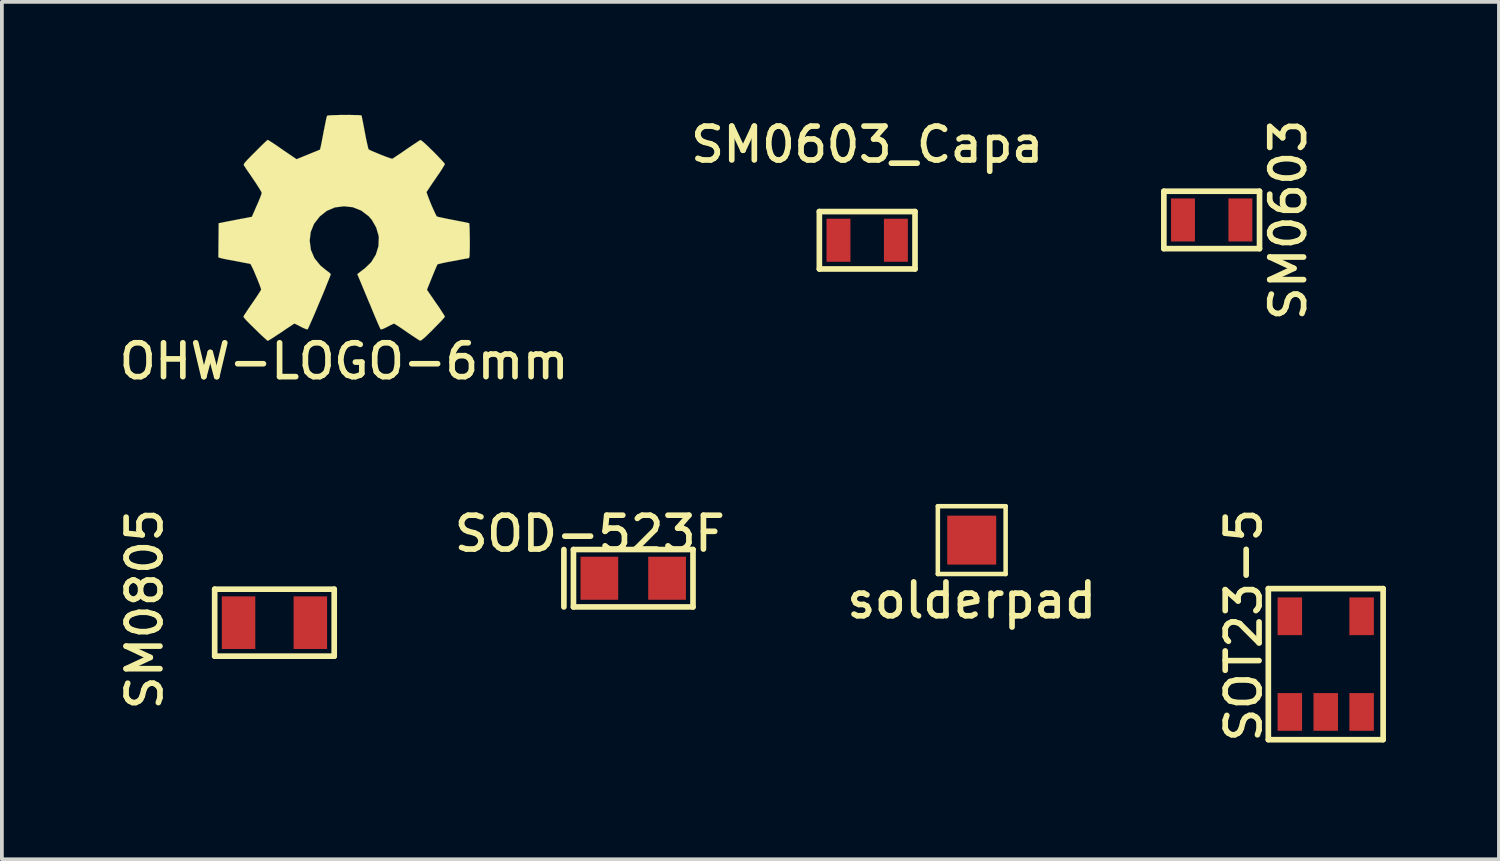
<source format=kicad_pcb>
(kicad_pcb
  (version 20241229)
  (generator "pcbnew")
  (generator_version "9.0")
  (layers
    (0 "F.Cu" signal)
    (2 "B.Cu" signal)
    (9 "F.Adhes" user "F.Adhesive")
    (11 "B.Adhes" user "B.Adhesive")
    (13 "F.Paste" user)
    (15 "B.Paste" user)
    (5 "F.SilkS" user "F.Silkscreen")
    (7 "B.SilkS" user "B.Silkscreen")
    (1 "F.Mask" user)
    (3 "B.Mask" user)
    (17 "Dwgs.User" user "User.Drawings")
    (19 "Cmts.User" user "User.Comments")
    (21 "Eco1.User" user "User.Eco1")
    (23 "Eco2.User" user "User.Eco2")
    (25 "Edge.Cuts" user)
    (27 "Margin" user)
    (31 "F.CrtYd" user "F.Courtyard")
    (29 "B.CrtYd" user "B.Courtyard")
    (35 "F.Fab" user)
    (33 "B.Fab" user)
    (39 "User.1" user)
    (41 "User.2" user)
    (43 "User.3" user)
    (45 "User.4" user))
  (footprint "SOT23-5"
    (layer "F.Cu")
    (at 32.15 14.583)
    (property "Reference" "SOT23-5" (at -2.178 -1.035 270) (layer "F.SilkS") (effects (font (size 0.899 0.899) (thickness 0.15))))
    (attr smd)
    (fp_line (start -1.524 -2.004) (end 1.524 -2.004) (stroke (width 0.15) (type solid)) (layer "F.SilkS"))
    (fp_line (start -1.524 2.004) (end -1.524 -2.004) (stroke (width 0.15) (type solid)) (layer "F.SilkS"))
    (fp_line (start 1.524 2.004) (end 1.524 -2.004) (stroke (width 0.15) (type solid)) (layer "F.SilkS"))
    (fp_line (start 1.524 2.007) (end -1.524 2.007) (stroke (width 0.15) (type solid)) (layer "F.SilkS"))
    (pad "1" smd rect (at -0.953 1.27) (size 0.65 1.001) (layers "F.Cu" "F.Mask" "F.Paste"))
    (pad "2" smd rect (at 0 1.27) (size 0.65 1.001) (layers "F.Cu" "F.Mask" "F.Paste"))
    (pad "3" smd rect (at 0.953 1.27) (size 0.65 1.001) (layers "F.Cu" "F.Mask" "F.Paste"))
    (pad "4" smd rect (at 0.953 -1.27) (size 0.65 1.001) (layers "F.Cu" "F.Mask" "F.Paste"))
    (pad "5" smd rect (at -0.953 -1.27) (size 0.65 1.001) (layers "F.Cu" "F.Mask" "F.Paste")))
  (footprint "OHW-LOGO-6mm"
    (layer "F.Cu")
    (at 6.086 3.001)
    (property "Reference" "OHW-LOGO-6mm" (at 0 3.541 0) (layer "F.SilkS") (effects (font (size 0.899 0.899) (thickness 0.15))))
    (attr through_hole)
    (fp_poly (pts (xy -2.024 3) (xy -1.989 2.979) (xy -1.91 2.931) (xy -1.798 2.857) (xy -1.666 2.771) (xy -1.534 2.68) (xy -1.425 2.609) (xy -1.349 2.558) (xy -1.318 2.54) (xy -1.3 2.548) (xy -1.237 2.578) (xy -1.148 2.624) (xy -1.095 2.652) (xy -1.011 2.687) (xy -0.968 2.695) (xy -0.963 2.685) (xy -0.932 2.621) (xy -0.884 2.512) (xy -0.82 2.367) (xy -0.747 2.197) (xy -0.671 2.014) (xy -0.592 1.829) (xy -0.518 1.651) (xy -0.455 1.491) (xy -0.401 1.359) (xy -0.366 1.27) (xy -0.353 1.232) (xy -0.358 1.222) (xy -0.399 1.181) (xy -0.472 1.128) (xy -0.63 0.998) (xy -0.787 0.805) (xy -0.881 0.584) (xy -0.914 0.338) (xy -0.886 0.109) (xy -0.798 -0.109) (xy -0.645 -0.305) (xy -0.46 -0.452) (xy -0.244 -0.544) (xy 0 -0.574) (xy 0.231 -0.549) (xy 0.455 -0.46) (xy 0.653 -0.31) (xy 0.737 -0.213) (xy 0.851 -0.015) (xy 0.914 0.198) (xy 0.922 0.254) (xy 0.912 0.488) (xy 0.843 0.711) (xy 0.719 0.912) (xy 0.549 1.077) (xy 0.526 1.092) (xy 0.447 1.153) (xy 0.394 1.194) (xy 0.351 1.227) (xy 0.65 1.946) (xy 0.699 2.06) (xy 0.78 2.258) (xy 0.851 2.426) (xy 0.909 2.56) (xy 0.95 2.652) (xy 0.968 2.687) (xy 0.968 2.69) (xy 0.996 2.695) (xy 1.049 2.675) (xy 1.151 2.626) (xy 1.217 2.591) (xy 1.293 2.555) (xy 1.328 2.54) (xy 1.356 2.558) (xy 1.43 2.603) (xy 1.537 2.675) (xy 1.666 2.764) (xy 1.788 2.847) (xy 1.9 2.921) (xy 1.981 2.974) (xy 2.022 2.995) (xy 2.027 2.995) (xy 2.062 2.974) (xy 2.129 2.921) (xy 2.225 2.83) (xy 2.365 2.692) (xy 2.385 2.67) (xy 2.499 2.555) (xy 2.591 2.459) (xy 2.654 2.388) (xy 2.677 2.357) (xy 2.657 2.319) (xy 2.603 2.235) (xy 2.53 2.121) (xy 2.438 1.989) (xy 2.2 1.643) (xy 2.332 1.316) (xy 2.372 1.217) (xy 2.423 1.095) (xy 2.461 1.008) (xy 2.479 0.97) (xy 2.515 0.958) (xy 2.603 0.937) (xy 2.733 0.909) (xy 2.888 0.881) (xy 3.035 0.853) (xy 3.167 0.828) (xy 3.264 0.81) (xy 3.307 0.803) (xy 3.317 0.795) (xy 3.327 0.775) (xy 3.332 0.729) (xy 3.335 0.648) (xy 3.338 0.521) (xy 3.338 0.338) (xy 3.338 0.318) (xy 3.335 0.142) (xy 3.332 0.003) (xy 3.327 -0.089) (xy 3.322 -0.124) (xy 3.279 -0.135) (xy 3.185 -0.155) (xy 3.053 -0.18) (xy 2.896 -0.211) (xy 2.885 -0.213) (xy 2.728 -0.244) (xy 2.593 -0.272) (xy 2.502 -0.292) (xy 2.464 -0.305) (xy 2.454 -0.315) (xy 2.423 -0.378) (xy 2.377 -0.475) (xy 2.324 -0.594) (xy 2.273 -0.719) (xy 2.23 -0.831) (xy 2.2 -0.914) (xy 2.189 -0.953) (xy 2.215 -0.991) (xy 2.268 -1.072) (xy 2.344 -1.186) (xy 2.438 -1.321) (xy 2.443 -1.331) (xy 2.535 -1.463) (xy 2.609 -1.577) (xy 2.657 -1.659) (xy 2.677 -1.694) (xy 2.675 -1.697) (xy 2.647 -1.735) (xy 2.578 -1.811) (xy 2.482 -1.913) (xy 2.365 -2.032) (xy 2.327 -2.068) (xy 2.197 -2.195) (xy 2.106 -2.278) (xy 2.05 -2.322) (xy 2.024 -2.332) (xy 2.022 -2.332) (xy 1.981 -2.306) (xy 1.897 -2.25) (xy 1.783 -2.174) (xy 1.648 -2.083) (xy 1.638 -2.075) (xy 1.506 -1.984) (xy 1.394 -1.91) (xy 1.316 -1.857) (xy 1.28 -1.836) (xy 1.275 -1.836) (xy 1.219 -1.852) (xy 1.125 -1.885) (xy 1.008 -1.93) (xy 0.884 -1.981) (xy 0.772 -2.027) (xy 0.688 -2.065) (xy 0.65 -2.088) (xy 0.648 -2.09) (xy 0.635 -2.139) (xy 0.612 -2.238) (xy 0.582 -2.375) (xy 0.551 -2.54) (xy 0.546 -2.565) (xy 0.516 -2.725) (xy 0.49 -2.855) (xy 0.472 -2.946) (xy 0.462 -2.985) (xy 0.439 -2.99) (xy 0.363 -2.995) (xy 0.244 -2.997) (xy 0.102 -3) (xy -0.051 -3) (xy -0.198 -2.995) (xy -0.323 -2.992) (xy -0.414 -2.985) (xy -0.452 -2.977) (xy -0.452 -2.974) (xy -0.467 -2.926) (xy -0.488 -2.827) (xy -0.516 -2.687) (xy -0.549 -2.525) (xy -0.554 -2.494) (xy -0.584 -2.337) (xy -0.61 -2.207) (xy -0.63 -2.116) (xy -0.64 -2.08) (xy -0.653 -2.073) (xy -0.719 -2.045) (xy -0.826 -2.002) (xy -0.958 -1.948) (xy -1.262 -1.824) (xy -1.638 -2.08) (xy -1.671 -2.103) (xy -1.806 -2.197) (xy -1.918 -2.271) (xy -1.994 -2.319) (xy -2.027 -2.337) (xy -2.029 -2.337) (xy -2.068 -2.304) (xy -2.141 -2.235) (xy -2.243 -2.136) (xy -2.36 -2.017) (xy -2.449 -1.93) (xy -2.55 -1.826) (xy -2.616 -1.755) (xy -2.652 -1.709) (xy -2.664 -1.681) (xy -2.662 -1.664) (xy -2.637 -1.626) (xy -2.583 -1.542) (xy -2.504 -1.43) (xy -2.413 -1.295) (xy -2.339 -1.186) (xy -2.258 -1.059) (xy -2.205 -0.97) (xy -2.187 -0.927) (xy -2.192 -0.907) (xy -2.217 -0.836) (xy -2.261 -0.724) (xy -2.319 -0.592) (xy -2.449 -0.295) (xy -2.642 -0.257) (xy -2.761 -0.236) (xy -2.926 -0.203) (xy -3.084 -0.173) (xy -3.33 -0.124) (xy -3.338 0.78) (xy -3.299 0.795) (xy -3.264 0.805) (xy -3.172 0.826) (xy -3.043 0.851) (xy -2.888 0.879) (xy -2.758 0.904) (xy -2.626 0.93) (xy -2.53 0.947) (xy -2.489 0.958) (xy -2.479 0.97) (xy -2.446 1.034) (xy -2.398 1.135) (xy -2.347 1.257) (xy -2.294 1.384) (xy -2.248 1.501) (xy -2.215 1.59) (xy -2.202 1.638) (xy -2.22 1.671) (xy -2.271 1.75) (xy -2.342 1.859) (xy -2.433 1.991) (xy -2.522 2.121) (xy -2.598 2.235) (xy -2.649 2.314) (xy -2.672 2.352) (xy -2.662 2.377) (xy -2.609 2.441) (xy -2.51 2.543) (xy -2.362 2.687) (xy -2.339 2.71) (xy -2.223 2.824) (xy -2.123 2.916) (xy -2.055 2.977) (xy -2.024 3)) (stroke (width 0.003) (type solid)) (fill yes) (layer "F.SilkS")))
  (footprint "solderpad"
    (layer "F.Cu")
    (at 22.751 11.291)
    (property "Reference" "solderpad" (at 0 1.6 0) (layer "F.SilkS") (effects (font (size 0.899 0.899) (thickness 0.15))))
    (attr through_hole)
    (fp_line (start -0.9 -0.9) (end 0.9 -0.9) (stroke (width 0.12) (type solid)) (layer "F.SilkS"))
    (fp_line (start -0.9 0.9) (end -0.9 -0.9) (stroke (width 0.12) (type solid)) (layer "F.SilkS"))
    (fp_line (start 0.9 -0.9) (end 0.9 0.9) (stroke (width 0.12) (type solid)) (layer "F.SilkS"))
    (fp_line (start 0.9 0.9) (end -0.9 0.9) (stroke (width 0.12) (type solid)) (layer "F.SilkS"))
    (pad "1" smd rect (at 0 0) (size 1.3 1.3) (layers "F.Cu" "F.Mask" "F.Paste")))
  (footprint "SM0603_Capa"
    (layer "F.Cu")
    (at 19.975 3.329)
    (property "Reference" "SM0603_Capa" (at 0 -2.54 180) (layer "F.SilkS") (effects (font (size 0.899 0.899) (thickness 0.15))))
    (attr smd)
    (fp_line (start -1.27 -0.762) (end 1.27 -0.762) (stroke (width 0.15) (type solid)) (layer "F.SilkS"))
    (fp_line (start -1.27 0.762) (end -1.27 -0.762) (stroke (width 0.15) (type solid)) (layer "F.SilkS"))
    (fp_line (start 1.27 -0.762) (end 1.27 0.762) (stroke (width 0.15) (type solid)) (layer "F.SilkS"))
    (fp_line (start 1.27 0.762) (end -1.27 0.762) (stroke (width 0.15) (type solid)) (layer "F.SilkS"))
    (pad "1" smd rect (at -0.762 0) (size 0.635 1.143) (layers "F.Cu" "F.Mask" "F.Paste"))
    (pad "2" smd rect (at 0.762 0) (size 0.635 1.143) (layers "F.Cu" "F.Mask" "F.Paste")))
  (footprint "SM0805"
    (layer "F.Cu")
    (at 4.237 13.483)
    (property "Reference" "SM0805" (at -3.448 -0.362 270) (layer "F.SilkS") (effects (font (size 0.899 0.899) (thickness 0.15))))
    (attr smd)
    (fp_line (start -1.587 -0.889) (end 1.587 -0.889) (stroke (width 0.15) (type solid)) (layer "F.SilkS"))
    (fp_line (start -1.587 0.889) (end -1.587 -0.889) (stroke (width 0.15) (type solid)) (layer "F.SilkS"))
    (fp_line (start 1.587 -0.889) (end 1.587 0.889) (stroke (width 0.15) (type solid)) (layer "F.SilkS"))
    (fp_line (start 1.587 0.889) (end -1.587 0.889) (stroke (width 0.15) (type solid)) (layer "F.SilkS"))
    (pad "1" smd rect (at -0.953 0) (size 0.889 1.397) (layers "F.Cu" "F.Mask" "F.Paste"))
    (pad "2" smd rect (at 0.953 0) (size 0.889 1.397) (layers "F.Cu" "F.Mask" "F.Paste")))
  (footprint "SOD-523F"
    (layer "F.Cu")
    (at 13.763 12.303)
    (property "Reference" "SOD-523F" (at -1.154 -1.183 0) (layer "F.SilkS") (effects (font (size 0.899 0.899) (thickness 0.15))))
    (attr through_hole)
    (fp_line (start -1.841 -0.762) (end -1.841 0.762) (stroke (width 0.15) (type solid)) (layer "F.SilkS"))
    (fp_line (start -1.587 -0.762) (end 1.587 -0.762) (stroke (width 0.15) (type solid)) (layer "F.SilkS"))
    (fp_line (start -1.587 0.762) (end -1.587 -0.762) (stroke (width 0.15) (type solid)) (layer "F.SilkS"))
    (fp_line (start 1.587 -0.762) (end 1.587 0.762) (stroke (width 0.15) (type solid)) (layer "F.SilkS"))
    (fp_line (start 1.587 0.762) (end -1.587 0.762) (stroke (width 0.15) (type solid)) (layer "F.SilkS"))
    (pad "A" smd rect (at 0.899 0) (size 1.001 1.143) (layers "F.Cu" "F.Mask"))
    (pad "C" smd rect (at -0.899 0) (size 1.001 1.143) (layers "F.Cu" "F.Mask")))
  (footprint "SM0603"
    (layer "F.Cu")
    (at 29.122 2.79)
    (property "Reference" "SM0603" (at 2.032 0 90) (layer "F.SilkS") (effects (font (size 0.899 0.899) (thickness 0.15))))
    (attr smd)
    (fp_line (start -1.27 -0.762) (end 1.27 -0.762) (stroke (width 0.15) (type solid)) (layer "F.SilkS"))
    (fp_line (start -1.27 0.762) (end -1.27 -0.762) (stroke (width 0.15) (type solid)) (layer "F.SilkS"))
    (fp_line (start 1.27 -0.762) (end 1.27 0.762) (stroke (width 0.15) (type solid)) (layer "F.SilkS"))
    (fp_line (start 1.27 0.762) (end -1.27 0.762) (stroke (width 0.15) (type solid)) (layer "F.SilkS"))
    (pad "1" smd rect (at -0.762 0) (size 0.635 1.143) (layers "F.Cu" "F.Mask" "F.Paste"))
    (pad "2" smd rect (at 0.762 0) (size 0.635 1.143) (layers "F.Cu" "F.Mask" "F.Paste")))
  (gr_rect
    (start -3 -3)
    (end 36.749 19.766)
    (stroke (width 0.1) (type default))
    (fill no)
    (layer "Edge.Cuts")))
</source>
